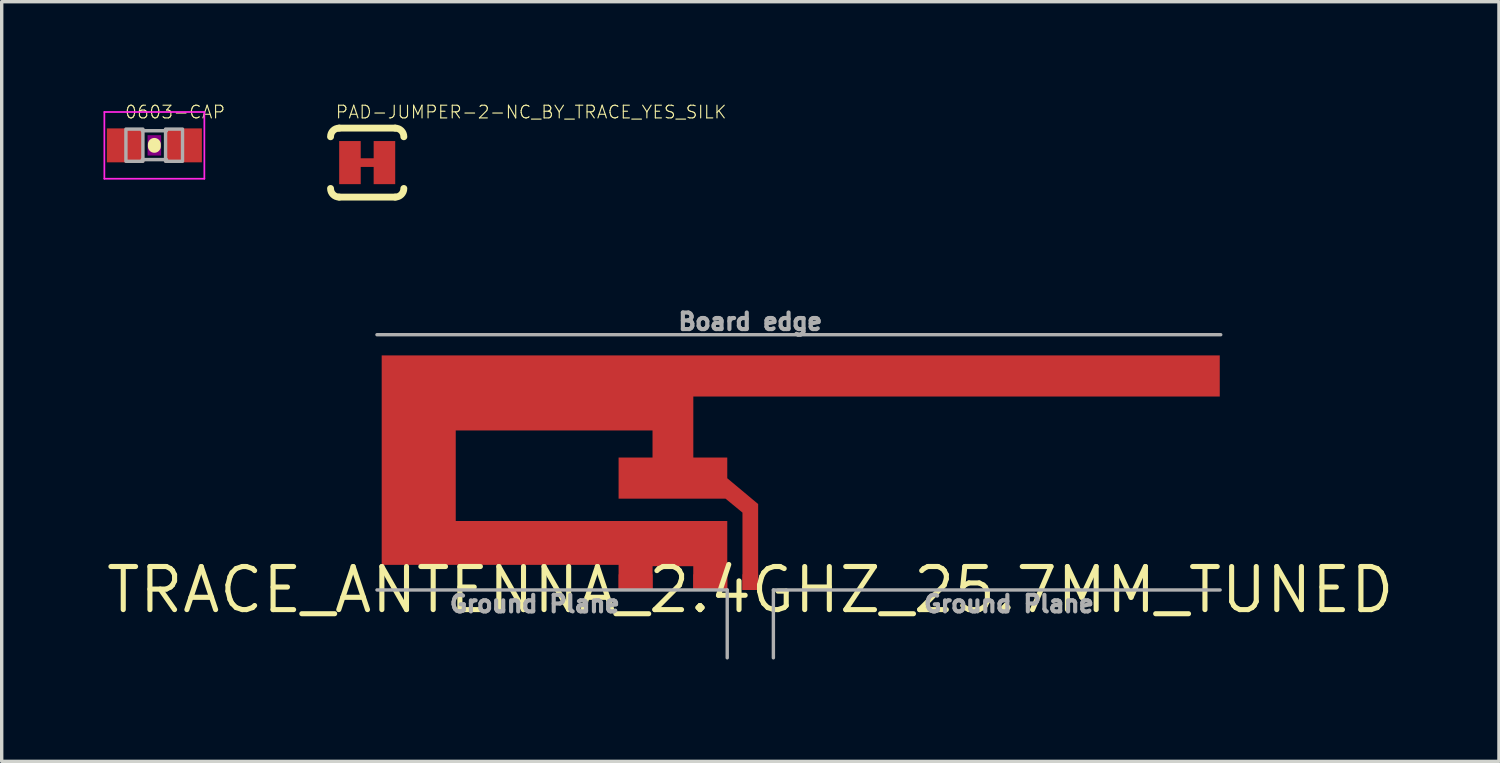
<source format=kicad_pcb>
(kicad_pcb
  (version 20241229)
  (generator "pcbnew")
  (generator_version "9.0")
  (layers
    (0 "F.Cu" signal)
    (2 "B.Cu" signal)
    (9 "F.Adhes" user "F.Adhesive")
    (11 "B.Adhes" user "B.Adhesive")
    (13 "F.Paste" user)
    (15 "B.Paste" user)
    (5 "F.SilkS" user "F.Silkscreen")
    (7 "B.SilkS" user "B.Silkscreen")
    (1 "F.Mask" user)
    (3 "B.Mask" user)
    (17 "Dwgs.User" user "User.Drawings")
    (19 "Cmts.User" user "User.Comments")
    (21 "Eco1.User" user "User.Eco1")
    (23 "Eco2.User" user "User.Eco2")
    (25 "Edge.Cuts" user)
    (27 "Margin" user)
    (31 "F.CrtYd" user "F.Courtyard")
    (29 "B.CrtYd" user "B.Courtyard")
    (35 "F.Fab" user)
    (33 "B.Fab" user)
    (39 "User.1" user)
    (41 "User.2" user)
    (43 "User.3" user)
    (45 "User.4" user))
  (footprint "TRACE_ANTENNA_2.4GHZ_25.7MM_TUNED"
    (layer "F.Cu")
    (at 19.057 14.332)
    (property "Reference" "TRACE_ANTENNA_2.4GHZ_25.7MM_TUNED" (at 0 0 0) (layer "F.SilkS") (effects (font (size 1.27 1.27) (thickness 0.15))))
    (fp_poly (pts (xy 13.832 -5.699) (xy -1.679 -5.699) (xy -1.679 -3.901) (xy -0.679 -3.901) (xy -0.679 -3.291) (xy 0.231 -2.531) (xy 0.231 0.001) (xy -0.231 0.001) (xy -0.231 -2.279) (xy -0.73 -2.689) (xy -3.881 -2.689) (xy -3.881 -3.901) (xy -2.881 -3.901) (xy -2.881 -4.699) (xy -8.679 -4.699) (xy -8.679 -2.031) (xy -0.679 -2.031) (xy -0.679 0.001) (xy -1.681 0.001) (xy -1.681 -0.699) (xy -2.879 -0.699) (xy -2.879 0.001) (xy -3.881 0.001) (xy -3.881 -0.739) (xy -10.861 -0.739) (xy -10.861 -6.911) (xy 13.832 -6.911)) (stroke (width 0) (type default)) (fill yes) (layer "F.Cu"))
    (fp_line (start -11 -7.52) (end 13.861 -7.52) (stroke (width 0.1) (type solid)) (layer "F.Fab"))
    (fp_line (start -0.68 0) (end -11 0) (stroke (width 0.1) (type solid)) (layer "F.Fab"))
    (fp_line (start -0.68 2) (end -0.68 0) (stroke (width 0.1) (type solid)) (layer "F.Fab"))
    (fp_line (start 0.68 0) (end 0.68 2) (stroke (width 0.1) (type solid)) (layer "F.Fab"))
    (fp_line (start 0.68 0) (end 13.843 0) (stroke (width 0.1) (type solid)) (layer "F.Fab"))
    (fp_text user "Ground Plane" (at 7.62 0.127 0) (layer "F.Fab") (effects (font (size 0.488 0.488) (thickness 0.122)) (justify top)))
    (fp_text user "Board edge" (at 0 -7.62 0) (layer "F.Fab") (effects (font (size 0.488 0.488) (thickness 0.122)) (justify bottom)))
    (fp_text user "Ground Plane" (at -6.35 0.127 0) (layer "F.Fab") (effects (font (size 0.488 0.488) (thickness 0.122)) (justify top)))
    (pad "ANT" smd rect (at 0 -0.23) (size 0.46 0.46) (layers "F.Cu"))
    (pad "GND" smd rect (at -1.18 -0.23) (size 1 0.46) (layers "F.Cu"))
    (pad "GND2" smd rect (at -3.38 -0.23) (size 1 0.46) (layers "F.Cu")))
  (footprint "PAD-JUMPER-2-NC_BY_TRACE_YES_SILK"
    (layer "F.Cu")
    (at 7.769 1.741)
    (property "Reference" "PAD-JUMPER-2-NC_BY_TRACE_YES_SILK" (at -0.953 -1.27 0) (layer "F.SilkS") (effects (font (size 0.374 0.374) (thickness 0.033)) (justify left bottom)))
    (fp_line (start -0.381 0) (end 0.381 0) (stroke (width 0.254) (type solid)) (layer "F.Cu"))
    (fp_line (start -0.826 -1.016) (end 0.826 -1.016) (stroke (width 0.203) (type solid)) (layer "F.SilkS"))
    (fp_line (start 0.826 1.016) (end -0.826 1.016) (stroke (width 0.203) (type solid)) (layer "F.SilkS"))
    (fp_arc (start -1.0795 -0.762) (mid -1.005105 -0.941605) (end -0.8255 -1.016) (stroke (width 0.2032) (type solid)) (layer "F.SilkS"))
    (fp_arc (start -0.8255 1.016) (mid -1.005105 0.941605) (end -1.0795 0.762) (stroke (width 0.2032) (type solid)) (layer "F.SilkS"))
    (fp_arc (start 0.8255 -1.016) (mid 1.005105 -0.941605) (end 1.0795 -0.762) (stroke (width 0.2032) (type solid)) (layer "F.SilkS"))
    (fp_arc (start 1.0795 0.762) (mid 1.005105 0.941605) (end 0.8255 1.016) (stroke (width 0.2032) (type solid)) (layer "F.SilkS"))
    (pad "1" smd rect (at -0.508 0) (size 0.635 1.27) (layers "F.Cu" "F.Mask"))
    (pad "2" smd rect (at 0.508 0) (size 0.635 1.27) (layers "F.Cu" "F.Mask")))
  (footprint "0603-CAP"
    (layer "F.Cu")
    (at 1.498 1.233)
    (property "Reference" "0603-CAP" (at -0.889 -0.762 0) (layer "F.SilkS") (effects (font (size 0.374 0.374) (thickness 0.033)) (justify left bottom)))
    (fp_line (start 0 -0.028) (end 0 0.028) (stroke (width 0.381) (type solid)) (layer "F.SilkS"))
    (fp_poly (pts (xy -0.2 0.3) (xy 0.2 0.3) (xy 0.2 -0.3) (xy -0.2 -0.3)) (stroke (width 0) (type default)) (fill yes) (layer "F.Adhes"))
    (fp_line (start -1.473 -0.983) (end 1.473 -0.983) (stroke (width 0.051) (type solid)) (layer "F.CrtYd"))
    (fp_line (start -1.473 0.983) (end -1.473 -0.983) (stroke (width 0.051) (type solid)) (layer "F.CrtYd"))
    (fp_line (start 1.473 -0.983) (end 1.473 0.983) (stroke (width 0.051) (type solid)) (layer "F.CrtYd"))
    (fp_line (start 1.473 0.983) (end -1.473 0.983) (stroke (width 0.051) (type solid)) (layer "F.CrtYd"))
    (fp_line (start -0.356 -0.432) (end 0.356 -0.432) (stroke (width 0.102) (type solid)) (layer "F.Fab"))
    (fp_line (start -0.356 0.419) (end 0.356 0.419) (stroke (width 0.102) (type solid)) (layer "F.Fab"))
    (fp_poly (pts (xy -0.838 0.47) (xy -0.338 0.47) (xy -0.338 -0.48) (xy -0.838 -0.48)) (stroke (width 0.1) (type default)) (fill no) (layer "F.Fab"))
    (fp_poly (pts (xy 0.33 0.47) (xy 0.83 0.47) (xy 0.83 -0.48) (xy 0.33 -0.48)) (stroke (width 0.1) (type default)) (fill no) (layer "F.Fab"))
    (pad "1" smd rect (at -0.85 0) (size 1.1 1) (layers "F.Cu" "F.Mask" "F.Paste"))
    (pad "2" smd rect (at 0.85 0) (size 1.1 1) (layers "F.Cu" "F.Mask" "F.Paste")))
  (gr_rect
    (start -3 -3)
    (end 41.115 19.382)
    (stroke (width 0.1) (type default))
    (fill no)
    (layer "Edge.Cuts")))
</source>
